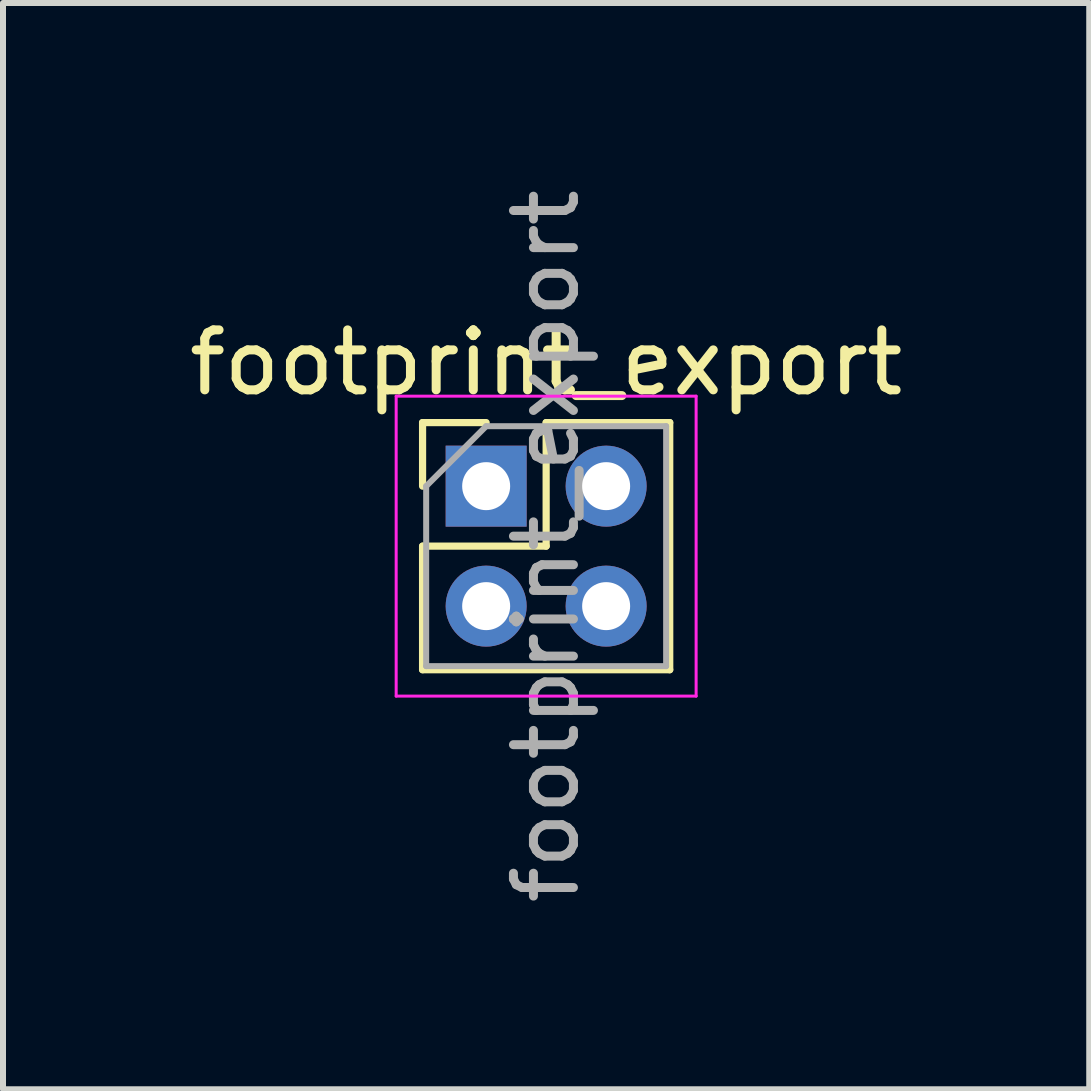
<source format=kicad_pcb>
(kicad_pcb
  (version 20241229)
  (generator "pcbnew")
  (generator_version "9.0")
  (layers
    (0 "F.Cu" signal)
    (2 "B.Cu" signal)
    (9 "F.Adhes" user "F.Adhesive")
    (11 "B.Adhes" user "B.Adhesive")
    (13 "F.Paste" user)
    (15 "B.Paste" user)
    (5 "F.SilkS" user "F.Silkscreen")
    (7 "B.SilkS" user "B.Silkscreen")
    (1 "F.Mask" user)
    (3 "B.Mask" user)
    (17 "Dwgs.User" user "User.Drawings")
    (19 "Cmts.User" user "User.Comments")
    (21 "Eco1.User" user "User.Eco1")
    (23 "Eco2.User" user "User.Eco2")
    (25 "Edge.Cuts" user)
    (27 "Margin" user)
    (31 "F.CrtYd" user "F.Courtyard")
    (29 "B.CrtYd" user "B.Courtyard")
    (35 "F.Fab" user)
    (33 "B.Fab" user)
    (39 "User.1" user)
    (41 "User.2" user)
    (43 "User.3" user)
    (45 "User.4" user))
  (footprint "footprint_export"
    (layer "F.Cu")
    (at 5.054 5.054)
    (property "Reference" "footprint_export" (at 1 -2.06 0) (layer "F.SilkS") (effects (font (size 1 1) (thickness 0.15))))
    (attr through_hole)
    (fp_line (start -1.06 -1.06) (end 0 -1.06) (stroke (width 0.12) (type solid)) (layer "F.SilkS"))
    (fp_line (start -1.06 0) (end -1.06 -1.06) (stroke (width 0.12) (type solid)) (layer "F.SilkS"))
    (fp_line (start -1.06 1) (end -1.06 3.06) (stroke (width 0.12) (type solid)) (layer "F.SilkS"))
    (fp_line (start -1.06 1) (end 1 1) (stroke (width 0.12) (type solid)) (layer "F.SilkS"))
    (fp_line (start -1.06 3.06) (end 3.06 3.06) (stroke (width 0.12) (type solid)) (layer "F.SilkS"))
    (fp_line (start 1 -1.06) (end 3.06 -1.06) (stroke (width 0.12) (type solid)) (layer "F.SilkS"))
    (fp_line (start 1 1) (end 1 -1.06) (stroke (width 0.12) (type solid)) (layer "F.SilkS"))
    (fp_line (start 3.06 -1.06) (end 3.06 3.06) (stroke (width 0.12) (type solid)) (layer "F.SilkS"))
    (fp_line (start -1.5 -1.5) (end -1.5 3.5) (stroke (width 0.05) (type solid)) (layer "F.CrtYd"))
    (fp_line (start -1.5 3.5) (end 3.5 3.5) (stroke (width 0.05) (type solid)) (layer "F.CrtYd"))
    (fp_line (start 3.5 -1.5) (end -1.5 -1.5) (stroke (width 0.05) (type solid)) (layer "F.CrtYd"))
    (fp_line (start 3.5 3.5) (end 3.5 -1.5) (stroke (width 0.05) (type solid)) (layer "F.CrtYd"))
    (fp_line (start -1 0) (end 0 -1) (stroke (width 0.1) (type solid)) (layer "F.Fab"))
    (fp_line (start -1 3) (end -1 0) (stroke (width 0.1) (type solid)) (layer "F.Fab"))
    (fp_line (start 0 -1) (end 3 -1) (stroke (width 0.1) (type solid)) (layer "F.Fab"))
    (fp_line (start 3 -1) (end 3 3) (stroke (width 0.1) (type solid)) (layer "F.Fab"))
    (fp_line (start 3 3) (end -1 3) (stroke (width 0.1) (type solid)) (layer "F.Fab"))
    (fp_text user "${REFERENCE}" (at 1 1 90) (layer "F.Fab") (effects (font (size 1 1) (thickness 0.15))))
    (pad "1" thru_hole rect (at 0 0) (size 1.35 1.35) (drill 0.8) (layers "*.Cu" "*.Mask"))
    (pad "2" thru_hole oval (at 2 0) (size 1.35 1.35) (drill 0.8) (layers "*.Cu" "*.Mask"))
    (pad "3" thru_hole oval (at 0 2) (size 1.35 1.35) (drill 0.8) (layers "*.Cu" "*.Mask"))
    (pad "4" thru_hole oval (at 2 2) (size 1.35 1.35) (drill 0.8) (layers "*.Cu" "*.Mask")))
  (gr_rect
    (start -3 -3)
    (end 15.107 15.107)
    (stroke (width 0.1) (type default))
    (fill no)
    (layer "Edge.Cuts")))
</source>
